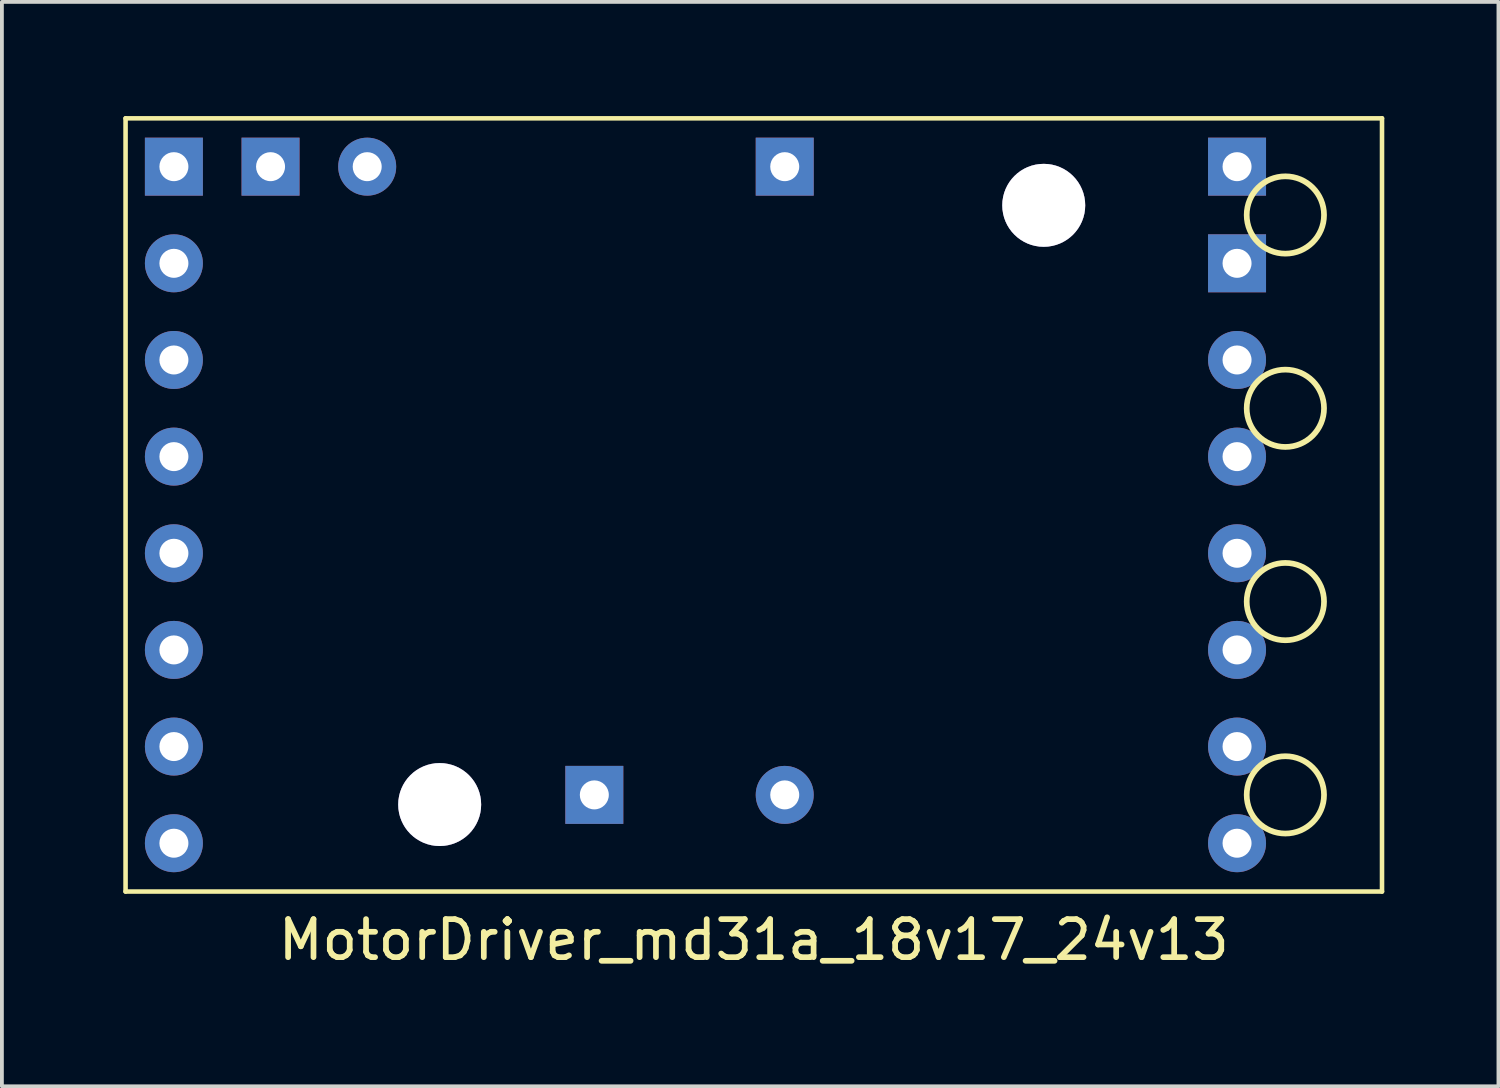
<source format=kicad_pcb>
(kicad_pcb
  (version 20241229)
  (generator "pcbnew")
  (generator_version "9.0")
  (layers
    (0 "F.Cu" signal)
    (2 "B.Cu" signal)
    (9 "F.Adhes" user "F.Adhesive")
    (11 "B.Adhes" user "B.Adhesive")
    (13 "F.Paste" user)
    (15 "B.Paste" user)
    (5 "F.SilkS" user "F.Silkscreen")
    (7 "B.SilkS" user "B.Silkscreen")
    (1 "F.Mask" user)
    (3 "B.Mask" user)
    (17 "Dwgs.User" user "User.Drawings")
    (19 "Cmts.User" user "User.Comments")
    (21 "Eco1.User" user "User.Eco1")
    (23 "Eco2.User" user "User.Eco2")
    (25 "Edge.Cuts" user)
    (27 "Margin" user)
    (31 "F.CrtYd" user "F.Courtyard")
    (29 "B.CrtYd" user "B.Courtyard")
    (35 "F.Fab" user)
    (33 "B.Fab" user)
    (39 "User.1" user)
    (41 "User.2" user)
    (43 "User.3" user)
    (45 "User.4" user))
  (footprint "MotorDriver_md31a_18v17_24v13"
    (layer "F.Cu")
    (at 0.25 20.38)
    (property "Reference" "MotorDriver_md31a_18v17_24v13" (at 16.51 1.27 0) (layer "F.SilkS") (effects (font (size 1 1) (thickness 0.15))))
    (attr through_hole)
    (fp_line (start 0 -20.32) (end 33.02 -20.32) (stroke (width 0.12) (type solid)) (layer "F.SilkS"))
    (fp_line (start 0 0) (end 0 -20.32) (stroke (width 0.12) (type solid)) (layer "F.SilkS"))
    (fp_line (start 33.02 -20.32) (end 33.02 0) (stroke (width 0.12) (type solid)) (layer "F.SilkS"))
    (fp_line (start 33.02 0) (end 0 0) (stroke (width 0.12) (type solid)) (layer "F.SilkS"))
    (fp_circle (center 30.48 -17.78) (end 31.496 -17.78) (stroke (width 0.15) (type solid)) (fill no) (layer "F.SilkS"))
    (fp_circle (center 30.48 -12.7) (end 31.496 -12.7) (stroke (width 0.15) (type solid)) (fill no) (layer "F.SilkS"))
    (fp_circle (center 30.48 -7.62) (end 31.496 -7.62) (stroke (width 0.15) (type solid)) (fill no) (layer "F.SilkS"))
    (fp_circle (center 30.48 -2.54) (end 31.496 -2.54) (stroke (width 0.15) (type solid)) (fill no) (layer "F.SilkS"))
    (pad "+" thru_hole circle (at 17.323 -2.54) (size 1.524 1.524) (drill 0.762) (layers "*.Cu" "*.Mask"))
    (pad "-" thru_hole rect (at 12.319 -2.54) (size 1.524 1.524) (drill 0.762) (layers "*.Cu" "*.Mask"))
    (pad "-" thru_hole rect (at 17.323 -19.05) (size 1.524 1.524) (drill 0.762) (layers "*.Cu" "*.Mask"))
    (pad "3V3" thru_hole circle (at 1.27 -3.81) (size 1.524 1.524) (drill 0.762) (layers "*.Cu" "*.Mask"))
    (pad "CS" thru_hole circle (at 1.27 -6.35) (size 1.524 1.524) (drill 0.762) (layers "*.Cu" "*.Mask"))
    (pad "DIR" thru_hole circle (at 1.27 -16.51) (size 1.524 1.524) (drill 0.762) (layers "*.Cu" "*.Mask"))
    (pad "GND" thru_hole rect (at 1.27 -19.05) (size 1.524 1.524) (drill 0.762) (layers "*.Cu" "*.Mask"))
    (pad "GND" thru_hole rect (at 3.81 -19.05) (size 1.524 1.524) (drill 0.762) (layers "*.Cu" "*.Mask"))
    (pad "GND" thru_hole rect (at 29.21 -19.05) (size 1.524 1.524) (drill 0.762) (layers "*.Cu" "*.Mask"))
    (pad "GND" thru_hole rect (at 29.21 -16.51) (size 1.524 1.524) (drill 0.762) (layers "*.Cu" "*.Mask"))
    (pad "NC1" thru_hole circle (at 24.13 -18.034) (size 2.18 2.18) (drill 2.18) (layers "*.Cu" "*.Mask"))
    (pad "NC2" thru_hole circle (at 8.255 -2.286) (size 2.18 2.18) (drill 2.18) (layers "*.Cu" "*.Mask"))
    (pad "OUTA" thru_hole circle (at 29.21 -8.89) (size 1.524 1.524) (drill 0.762) (layers "*.Cu" "*.Mask"))
    (pad "OUTA" thru_hole circle (at 29.21 -6.35) (size 1.524 1.524) (drill 0.762) (layers "*.Cu" "*.Mask"))
    (pad "OUTB" thru_hole circle (at 29.21 -13.97) (size 1.524 1.524) (drill 0.762) (layers "*.Cu" "*.Mask"))
    (pad "OUTB" thru_hole circle (at 29.21 -11.43) (size 1.524 1.524) (drill 0.762) (layers "*.Cu" "*.Mask"))
    (pad "PWM" thru_hole circle (at 1.27 -13.97) (size 1.524 1.524) (drill 0.762) (layers "*.Cu" "*.Mask"))
    (pad "VIN" thru_hole circle (at 29.21 -3.81) (size 1.524 1.524) (drill 0.762) (layers "*.Cu" "*.Mask"))
    (pad "VIN" thru_hole circle (at 29.21 -1.27) (size 1.524 1.524) (drill 0.762) (layers "*.Cu" "*.Mask"))
    (pad "VM" thru_hole circle (at 1.27 -1.27) (size 1.524 1.524) (drill 0.762) (layers "*.Cu" "*.Mask"))
    (pad "VREF" thru_hole circle (at 6.35 -19.05) (size 1.524 1.524) (drill 0.762) (layers "*.Cu" "*.Mask"))
    (pad "xFLT" thru_hole circle (at 1.27 -8.89) (size 1.524 1.524) (drill 0.762) (layers "*.Cu" "*.Mask"))
    (pad "xSLP" thru_hole circle (at 1.27 -11.43) (size 1.524 1.524) (drill 0.762) (layers "*.Cu" "*.Mask")))
  (gr_rect
    (start -3 -3)
    (end 36.33 25.498)
    (stroke (width 0.1) (type default))
    (fill no)
    (layer "Edge.Cuts")))
</source>
